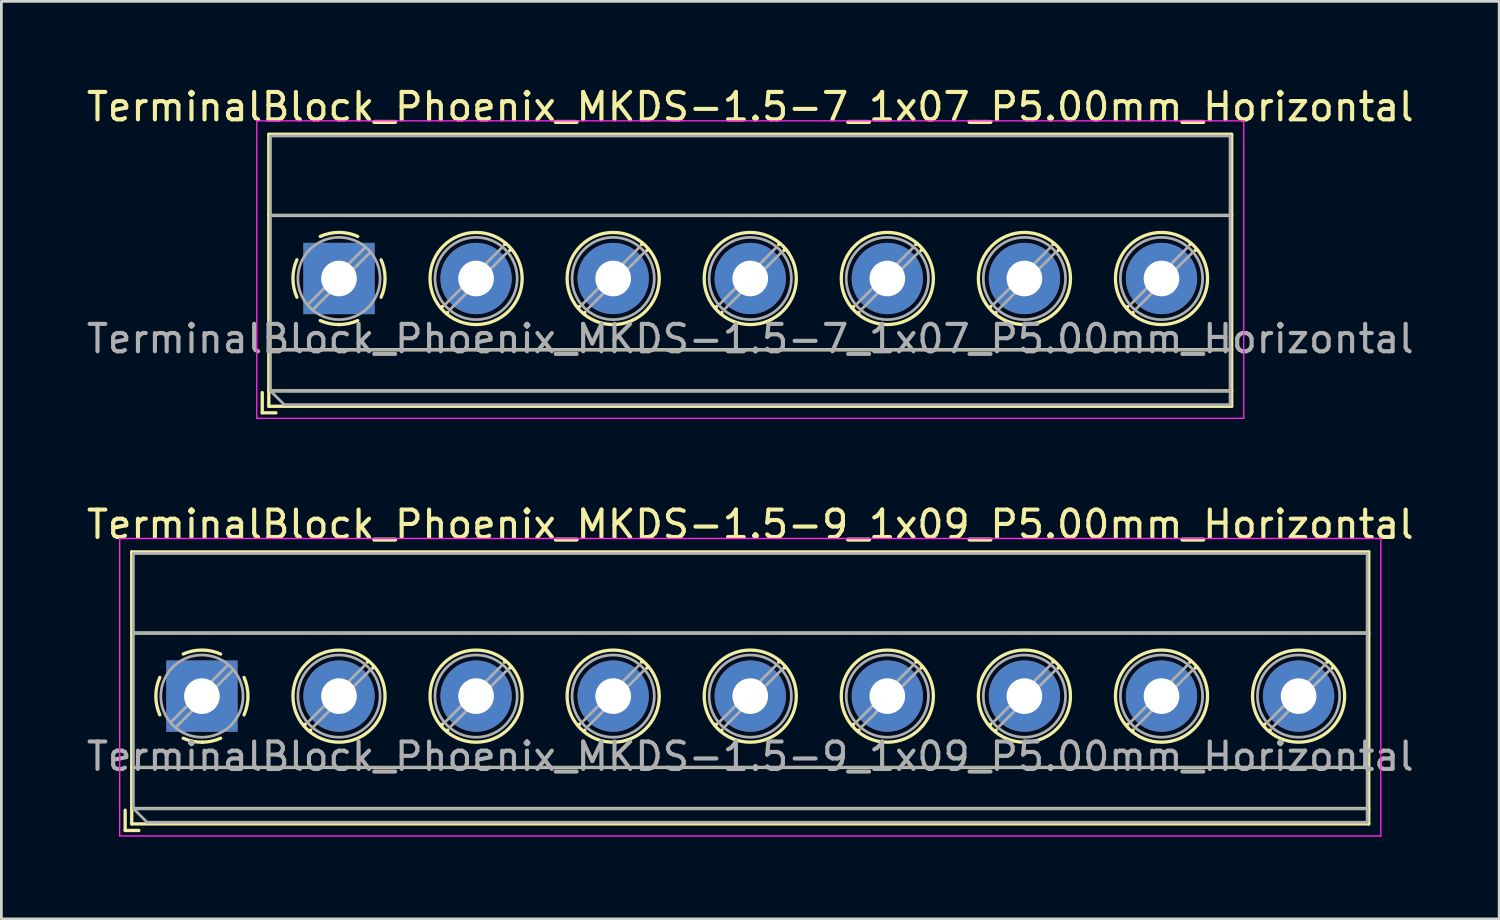
<source format=kicad_pcb>
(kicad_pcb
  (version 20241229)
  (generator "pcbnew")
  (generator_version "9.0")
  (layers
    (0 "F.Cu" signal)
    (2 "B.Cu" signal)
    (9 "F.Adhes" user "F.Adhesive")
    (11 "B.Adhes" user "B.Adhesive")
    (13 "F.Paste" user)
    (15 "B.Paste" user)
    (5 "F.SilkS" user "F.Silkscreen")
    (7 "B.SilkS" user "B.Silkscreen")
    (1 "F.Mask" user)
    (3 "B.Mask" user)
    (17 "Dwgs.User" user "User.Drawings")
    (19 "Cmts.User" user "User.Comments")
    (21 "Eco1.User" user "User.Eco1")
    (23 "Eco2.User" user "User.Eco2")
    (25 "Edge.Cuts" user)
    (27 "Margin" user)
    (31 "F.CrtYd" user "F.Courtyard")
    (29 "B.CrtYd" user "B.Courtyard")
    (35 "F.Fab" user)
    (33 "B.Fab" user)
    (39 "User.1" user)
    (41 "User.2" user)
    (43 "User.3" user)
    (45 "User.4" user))
  (footprint "TerminalBlock_Phoenix_MKDS-1.5-9_1x09_P5.00mm_Horizontal"
    (layer "F.Cu")
    (at 4.315 22.341)
    (property "Reference" "TerminalBlock_Phoenix_MKDS-1.5-9_1x09_P5.00mm_Horizontal" (at 20 -6.26 0) (layer "F.SilkS") (effects (font (size 1 1) (thickness 0.15))))
    (attr through_hole)
    (fp_line (start -2.8 4.16) (end -2.8 4.9) (stroke (width 0.12) (type solid)) (layer "F.SilkS"))
    (fp_line (start -2.8 4.9) (end -2.3 4.9) (stroke (width 0.12) (type solid)) (layer "F.SilkS"))
    (fp_line (start -2.56 -5.261) (end -2.56 4.66) (stroke (width 0.12) (type solid)) (layer "F.SilkS"))
    (fp_line (start -2.56 -5.261) (end 42.56 -5.261) (stroke (width 0.12) (type solid)) (layer "F.SilkS"))
    (fp_line (start -2.56 -2.301) (end 42.56 -2.301) (stroke (width 0.12) (type solid)) (layer "F.SilkS"))
    (fp_line (start -2.56 2.6) (end 42.56 2.6) (stroke (width 0.12) (type solid)) (layer "F.SilkS"))
    (fp_line (start -2.56 4.1) (end 42.56 4.1) (stroke (width 0.12) (type solid)) (layer "F.SilkS"))
    (fp_line (start -2.56 4.66) (end 42.56 4.66) (stroke (width 0.12) (type solid)) (layer "F.SilkS"))
    (fp_line (start 3.773 1.023) (end 3.726 1.069) (stroke (width 0.12) (type solid)) (layer "F.SilkS"))
    (fp_line (start 3.966 1.239) (end 3.931 1.274) (stroke (width 0.12) (type solid)) (layer "F.SilkS"))
    (fp_line (start 6.07 -1.275) (end 6.035 -1.239) (stroke (width 0.12) (type solid)) (layer "F.SilkS"))
    (fp_line (start 6.275 -1.069) (end 6.228 -1.023) (stroke (width 0.12) (type solid)) (layer "F.SilkS"))
    (fp_line (start 8.773 1.023) (end 8.726 1.069) (stroke (width 0.12) (type solid)) (layer "F.SilkS"))
    (fp_line (start 8.966 1.239) (end 8.931 1.274) (stroke (width 0.12) (type solid)) (layer "F.SilkS"))
    (fp_line (start 11.07 -1.275) (end 11.035 -1.239) (stroke (width 0.12) (type solid)) (layer "F.SilkS"))
    (fp_line (start 11.275 -1.069) (end 11.228 -1.023) (stroke (width 0.12) (type solid)) (layer "F.SilkS"))
    (fp_line (start 13.773 1.023) (end 13.726 1.069) (stroke (width 0.12) (type solid)) (layer "F.SilkS"))
    (fp_line (start 13.966 1.239) (end 13.931 1.274) (stroke (width 0.12) (type solid)) (layer "F.SilkS"))
    (fp_line (start 16.07 -1.275) (end 16.035 -1.239) (stroke (width 0.12) (type solid)) (layer "F.SilkS"))
    (fp_line (start 16.275 -1.069) (end 16.228 -1.023) (stroke (width 0.12) (type solid)) (layer "F.SilkS"))
    (fp_line (start 18.773 1.023) (end 18.726 1.069) (stroke (width 0.12) (type solid)) (layer "F.SilkS"))
    (fp_line (start 18.966 1.239) (end 18.931 1.274) (stroke (width 0.12) (type solid)) (layer "F.SilkS"))
    (fp_line (start 21.07 -1.275) (end 21.035 -1.239) (stroke (width 0.12) (type solid)) (layer "F.SilkS"))
    (fp_line (start 21.275 -1.069) (end 21.228 -1.023) (stroke (width 0.12) (type solid)) (layer "F.SilkS"))
    (fp_line (start 23.773 1.023) (end 23.726 1.069) (stroke (width 0.12) (type solid)) (layer "F.SilkS"))
    (fp_line (start 23.966 1.239) (end 23.931 1.274) (stroke (width 0.12) (type solid)) (layer "F.SilkS"))
    (fp_line (start 26.07 -1.275) (end 26.035 -1.239) (stroke (width 0.12) (type solid)) (layer "F.SilkS"))
    (fp_line (start 26.275 -1.069) (end 26.228 -1.023) (stroke (width 0.12) (type solid)) (layer "F.SilkS"))
    (fp_line (start 28.773 1.023) (end 28.726 1.069) (stroke (width 0.12) (type solid)) (layer "F.SilkS"))
    (fp_line (start 28.966 1.239) (end 28.931 1.274) (stroke (width 0.12) (type solid)) (layer "F.SilkS"))
    (fp_line (start 31.07 -1.275) (end 31.035 -1.239) (stroke (width 0.12) (type solid)) (layer "F.SilkS"))
    (fp_line (start 31.275 -1.069) (end 31.228 -1.023) (stroke (width 0.12) (type solid)) (layer "F.SilkS"))
    (fp_line (start 33.773 1.023) (end 33.726 1.069) (stroke (width 0.12) (type solid)) (layer "F.SilkS"))
    (fp_line (start 33.966 1.239) (end 33.931 1.274) (stroke (width 0.12) (type solid)) (layer "F.SilkS"))
    (fp_line (start 36.07 -1.275) (end 36.035 -1.239) (stroke (width 0.12) (type solid)) (layer "F.SilkS"))
    (fp_line (start 36.275 -1.069) (end 36.228 -1.023) (stroke (width 0.12) (type solid)) (layer "F.SilkS"))
    (fp_line (start 38.773 1.023) (end 38.726 1.069) (stroke (width 0.12) (type solid)) (layer "F.SilkS"))
    (fp_line (start 38.966 1.239) (end 38.931 1.274) (stroke (width 0.12) (type solid)) (layer "F.SilkS"))
    (fp_line (start 41.07 -1.275) (end 41.035 -1.239) (stroke (width 0.12) (type solid)) (layer "F.SilkS"))
    (fp_line (start 41.275 -1.069) (end 41.228 -1.023) (stroke (width 0.12) (type solid)) (layer "F.SilkS"))
    (fp_line (start 42.56 -5.261) (end 42.56 4.66) (stroke (width 0.12) (type solid)) (layer "F.SilkS"))
    (fp_arc (start -1.535427 0.683042) (mid -1.680501 -0.000524) (end -1.535 -0.684) (stroke (width 0.12) (type solid)) (layer "F.SilkS"))
    (fp_arc (start -0.683042 -1.535427) (mid 0.000524 -1.680501) (end 0.684 -1.535) (stroke (width 0.12) (type solid)) (layer "F.SilkS"))
    (fp_arc (start 0.028805 1.680253) (mid -0.335551 1.646659) (end -0.684 1.535) (stroke (width 0.12) (type solid)) (layer "F.SilkS"))
    (fp_arc (start 0.683318 1.534756) (mid 0.349292 1.643288) (end 0 1.68) (stroke (width 0.12) (type solid)) (layer "F.SilkS"))
    (fp_arc (start 1.535427 -0.683042) (mid 1.680501 0.000524) (end 1.535 0.684) (stroke (width 0.12) (type solid)) (layer "F.SilkS"))
    (fp_circle (center 5 0) (end 6.68 0) (stroke (width 0.12) (type solid)) (fill no) (layer "F.SilkS"))
    (fp_circle (center 10 0) (end 11.68 0) (stroke (width 0.12) (type solid)) (fill no) (layer "F.SilkS"))
    (fp_circle (center 15 0) (end 16.68 0) (stroke (width 0.12) (type solid)) (fill no) (layer "F.SilkS"))
    (fp_circle (center 20 0) (end 21.68 0) (stroke (width 0.12) (type solid)) (fill no) (layer "F.SilkS"))
    (fp_circle (center 25 0) (end 26.68 0) (stroke (width 0.12) (type solid)) (fill no) (layer "F.SilkS"))
    (fp_circle (center 30 0) (end 31.68 0) (stroke (width 0.12) (type solid)) (fill no) (layer "F.SilkS"))
    (fp_circle (center 35 0) (end 36.68 0) (stroke (width 0.12) (type solid)) (fill no) (layer "F.SilkS"))
    (fp_circle (center 40 0) (end 41.68 0) (stroke (width 0.12) (type solid)) (fill no) (layer "F.SilkS"))
    (fp_line (start -3 -5.75) (end -3 5.1) (stroke (width 0.05) (type solid)) (layer "F.CrtYd"))
    (fp_line (start -3 5.1) (end 43 5.1) (stroke (width 0.05) (type solid)) (layer "F.CrtYd"))
    (fp_line (start 43 -5.75) (end -3 -5.75) (stroke (width 0.05) (type solid)) (layer "F.CrtYd"))
    (fp_line (start 43 5.1) (end 43 -5.75) (stroke (width 0.05) (type solid)) (layer "F.CrtYd"))
    (fp_line (start -2.5 -5.2) (end 42.5 -5.2) (stroke (width 0.1) (type solid)) (layer "F.Fab"))
    (fp_line (start -2.5 -2.3) (end 42.5 -2.3) (stroke (width 0.1) (type solid)) (layer "F.Fab"))
    (fp_line (start -2.5 2.6) (end 42.5 2.6) (stroke (width 0.1) (type solid)) (layer "F.Fab"))
    (fp_line (start -2.5 4.1) (end -2.5 -5.2) (stroke (width 0.1) (type solid)) (layer "F.Fab"))
    (fp_line (start -2.5 4.1) (end 42.5 4.1) (stroke (width 0.1) (type solid)) (layer "F.Fab"))
    (fp_line (start -2 4.6) (end -2.5 4.1) (stroke (width 0.1) (type solid)) (layer "F.Fab"))
    (fp_line (start 0.955 -1.138) (end -1.138 0.955) (stroke (width 0.1) (type solid)) (layer "F.Fab"))
    (fp_line (start 1.138 -0.955) (end -0.955 1.138) (stroke (width 0.1) (type solid)) (layer "F.Fab"))
    (fp_line (start 5.955 -1.138) (end 3.863 0.955) (stroke (width 0.1) (type solid)) (layer "F.Fab"))
    (fp_line (start 6.138 -0.955) (end 4.046 1.138) (stroke (width 0.1) (type solid)) (layer "F.Fab"))
    (fp_line (start 10.955 -1.138) (end 8.863 0.955) (stroke (width 0.1) (type solid)) (layer "F.Fab"))
    (fp_line (start 11.138 -0.955) (end 9.046 1.138) (stroke (width 0.1) (type solid)) (layer "F.Fab"))
    (fp_line (start 15.955 -1.138) (end 13.863 0.955) (stroke (width 0.1) (type solid)) (layer "F.Fab"))
    (fp_line (start 16.138 -0.955) (end 14.046 1.138) (stroke (width 0.1) (type solid)) (layer "F.Fab"))
    (fp_line (start 20.955 -1.138) (end 18.863 0.955) (stroke (width 0.1) (type solid)) (layer "F.Fab"))
    (fp_line (start 21.138 -0.955) (end 19.046 1.138) (stroke (width 0.1) (type solid)) (layer "F.Fab"))
    (fp_line (start 25.955 -1.138) (end 23.863 0.955) (stroke (width 0.1) (type solid)) (layer "F.Fab"))
    (fp_line (start 26.138 -0.955) (end 24.046 1.138) (stroke (width 0.1) (type solid)) (layer "F.Fab"))
    (fp_line (start 30.955 -1.138) (end 28.863 0.955) (stroke (width 0.1) (type solid)) (layer "F.Fab"))
    (fp_line (start 31.138 -0.955) (end 29.046 1.138) (stroke (width 0.1) (type solid)) (layer "F.Fab"))
    (fp_line (start 35.955 -1.138) (end 33.863 0.955) (stroke (width 0.1) (type solid)) (layer "F.Fab"))
    (fp_line (start 36.138 -0.955) (end 34.046 1.138) (stroke (width 0.1) (type solid)) (layer "F.Fab"))
    (fp_line (start 40.955 -1.138) (end 38.863 0.955) (stroke (width 0.1) (type solid)) (layer "F.Fab"))
    (fp_line (start 41.138 -0.955) (end 39.046 1.138) (stroke (width 0.1) (type solid)) (layer "F.Fab"))
    (fp_line (start 42.5 -5.2) (end 42.5 4.6) (stroke (width 0.1) (type solid)) (layer "F.Fab"))
    (fp_line (start 42.5 4.6) (end -2 4.6) (stroke (width 0.1) (type solid)) (layer "F.Fab"))
    (fp_circle (center 0 0) (end 1.5 0) (stroke (width 0.1) (type solid)) (fill no) (layer "F.Fab"))
    (fp_circle (center 5 0) (end 6.5 0) (stroke (width 0.1) (type solid)) (fill no) (layer "F.Fab"))
    (fp_circle (center 10 0) (end 11.5 0) (stroke (width 0.1) (type solid)) (fill no) (layer "F.Fab"))
    (fp_circle (center 15 0) (end 16.5 0) (stroke (width 0.1) (type solid)) (fill no) (layer "F.Fab"))
    (fp_circle (center 20 0) (end 21.5 0) (stroke (width 0.1) (type solid)) (fill no) (layer "F.Fab"))
    (fp_circle (center 25 0) (end 26.5 0) (stroke (width 0.1) (type solid)) (fill no) (layer "F.Fab"))
    (fp_circle (center 30 0) (end 31.5 0) (stroke (width 0.1) (type solid)) (fill no) (layer "F.Fab"))
    (fp_circle (center 35 0) (end 36.5 0) (stroke (width 0.1) (type solid)) (fill no) (layer "F.Fab"))
    (fp_circle (center 40 0) (end 41.5 0) (stroke (width 0.1) (type solid)) (fill no) (layer "F.Fab"))
    (fp_text user "${REFERENCE}" (at 20 2.2 0) (layer "F.Fab") (effects (font (size 1 1) (thickness 0.15))))
    (pad "1" thru_hole rect (at 0 0) (size 2.6 2.6) (drill 1.3) (layers "*.Cu" "*.Mask"))
    (pad "2" thru_hole circle (at 5 0) (size 2.6 2.6) (drill 1.3) (layers "*.Cu" "*.Mask"))
    (pad "3" thru_hole circle (at 10 0) (size 2.6 2.6) (drill 1.3) (layers "*.Cu" "*.Mask"))
    (pad "4" thru_hole circle (at 15 0) (size 2.6 2.6) (drill 1.3) (layers "*.Cu" "*.Mask"))
    (pad "5" thru_hole circle (at 20 0) (size 2.6 2.6) (drill 1.3) (layers "*.Cu" "*.Mask"))
    (pad "6" thru_hole circle (at 25 0) (size 2.6 2.6) (drill 1.3) (layers "*.Cu" "*.Mask"))
    (pad "7" thru_hole circle (at 30 0) (size 2.6 2.6) (drill 1.3) (layers "*.Cu" "*.Mask"))
    (pad "8" thru_hole circle (at 35 0) (size 2.6 2.6) (drill 1.3) (layers "*.Cu" "*.Mask"))
    (pad "9" thru_hole circle (at 40 0) (size 2.6 2.6) (drill 1.3) (layers "*.Cu" "*.Mask")))
  (footprint "TerminalBlock_Phoenix_MKDS-1.5-7_1x07_P5.00mm_Horizontal"
    (layer "F.Cu")
    (at 9.315 7.108)
    (property "Reference" "TerminalBlock_Phoenix_MKDS-1.5-7_1x07_P5.00mm_Horizontal" (at 15 -6.26 0) (layer "F.SilkS") (effects (font (size 1 1) (thickness 0.15))))
    (attr through_hole)
    (fp_line (start -2.8 4.16) (end -2.8 4.9) (stroke (width 0.12) (type solid)) (layer "F.SilkS"))
    (fp_line (start -2.8 4.9) (end -2.3 4.9) (stroke (width 0.12) (type solid)) (layer "F.SilkS"))
    (fp_line (start -2.56 -5.261) (end -2.56 4.66) (stroke (width 0.12) (type solid)) (layer "F.SilkS"))
    (fp_line (start -2.56 -5.261) (end 32.56 -5.261) (stroke (width 0.12) (type solid)) (layer "F.SilkS"))
    (fp_line (start -2.56 -2.301) (end 32.56 -2.301) (stroke (width 0.12) (type solid)) (layer "F.SilkS"))
    (fp_line (start -2.56 2.6) (end 32.56 2.6) (stroke (width 0.12) (type solid)) (layer "F.SilkS"))
    (fp_line (start -2.56 4.1) (end 32.56 4.1) (stroke (width 0.12) (type solid)) (layer "F.SilkS"))
    (fp_line (start -2.56 4.66) (end 32.56 4.66) (stroke (width 0.12) (type solid)) (layer "F.SilkS"))
    (fp_line (start 3.773 1.023) (end 3.726 1.069) (stroke (width 0.12) (type solid)) (layer "F.SilkS"))
    (fp_line (start 3.966 1.239) (end 3.931 1.274) (stroke (width 0.12) (type solid)) (layer "F.SilkS"))
    (fp_line (start 6.07 -1.275) (end 6.035 -1.239) (stroke (width 0.12) (type solid)) (layer "F.SilkS"))
    (fp_line (start 6.275 -1.069) (end 6.228 -1.023) (stroke (width 0.12) (type solid)) (layer "F.SilkS"))
    (fp_line (start 8.773 1.023) (end 8.726 1.069) (stroke (width 0.12) (type solid)) (layer "F.SilkS"))
    (fp_line (start 8.966 1.239) (end 8.931 1.274) (stroke (width 0.12) (type solid)) (layer "F.SilkS"))
    (fp_line (start 11.07 -1.275) (end 11.035 -1.239) (stroke (width 0.12) (type solid)) (layer "F.SilkS"))
    (fp_line (start 11.275 -1.069) (end 11.228 -1.023) (stroke (width 0.12) (type solid)) (layer "F.SilkS"))
    (fp_line (start 13.773 1.023) (end 13.726 1.069) (stroke (width 0.12) (type solid)) (layer "F.SilkS"))
    (fp_line (start 13.966 1.239) (end 13.931 1.274) (stroke (width 0.12) (type solid)) (layer "F.SilkS"))
    (fp_line (start 16.07 -1.275) (end 16.035 -1.239) (stroke (width 0.12) (type solid)) (layer "F.SilkS"))
    (fp_line (start 16.275 -1.069) (end 16.228 -1.023) (stroke (width 0.12) (type solid)) (layer "F.SilkS"))
    (fp_line (start 18.773 1.023) (end 18.726 1.069) (stroke (width 0.12) (type solid)) (layer "F.SilkS"))
    (fp_line (start 18.966 1.239) (end 18.931 1.274) (stroke (width 0.12) (type solid)) (layer "F.SilkS"))
    (fp_line (start 21.07 -1.275) (end 21.035 -1.239) (stroke (width 0.12) (type solid)) (layer "F.SilkS"))
    (fp_line (start 21.275 -1.069) (end 21.228 -1.023) (stroke (width 0.12) (type solid)) (layer "F.SilkS"))
    (fp_line (start 23.773 1.023) (end 23.726 1.069) (stroke (width 0.12) (type solid)) (layer "F.SilkS"))
    (fp_line (start 23.966 1.239) (end 23.931 1.274) (stroke (width 0.12) (type solid)) (layer "F.SilkS"))
    (fp_line (start 26.07 -1.275) (end 26.035 -1.239) (stroke (width 0.12) (type solid)) (layer "F.SilkS"))
    (fp_line (start 26.275 -1.069) (end 26.228 -1.023) (stroke (width 0.12) (type solid)) (layer "F.SilkS"))
    (fp_line (start 28.773 1.023) (end 28.726 1.069) (stroke (width 0.12) (type solid)) (layer "F.SilkS"))
    (fp_line (start 28.966 1.239) (end 28.931 1.274) (stroke (width 0.12) (type solid)) (layer "F.SilkS"))
    (fp_line (start 31.07 -1.275) (end 31.035 -1.239) (stroke (width 0.12) (type solid)) (layer "F.SilkS"))
    (fp_line (start 31.275 -1.069) (end 31.228 -1.023) (stroke (width 0.12) (type solid)) (layer "F.SilkS"))
    (fp_line (start 32.56 -5.261) (end 32.56 4.66) (stroke (width 0.12) (type solid)) (layer "F.SilkS"))
    (fp_arc (start -1.535427 0.683042) (mid -1.680501 -0.000524) (end -1.535 -0.684) (stroke (width 0.12) (type solid)) (layer "F.SilkS"))
    (fp_arc (start -0.683042 -1.535427) (mid 0.000524 -1.680501) (end 0.684 -1.535) (stroke (width 0.12) (type solid)) (layer "F.SilkS"))
    (fp_arc (start 0.028805 1.680253) (mid -0.335551 1.646659) (end -0.684 1.535) (stroke (width 0.12) (type solid)) (layer "F.SilkS"))
    (fp_arc (start 0.683318 1.534756) (mid 0.349292 1.643288) (end 0 1.68) (stroke (width 0.12) (type solid)) (layer "F.SilkS"))
    (fp_arc (start 1.535427 -0.683042) (mid 1.680501 0.000524) (end 1.535 0.684) (stroke (width 0.12) (type solid)) (layer "F.SilkS"))
    (fp_circle (center 5 0) (end 6.68 0) (stroke (width 0.12) (type solid)) (fill no) (layer "F.SilkS"))
    (fp_circle (center 10 0) (end 11.68 0) (stroke (width 0.12) (type solid)) (fill no) (layer "F.SilkS"))
    (fp_circle (center 15 0) (end 16.68 0) (stroke (width 0.12) (type solid)) (fill no) (layer "F.SilkS"))
    (fp_circle (center 20 0) (end 21.68 0) (stroke (width 0.12) (type solid)) (fill no) (layer "F.SilkS"))
    (fp_circle (center 25 0) (end 26.68 0) (stroke (width 0.12) (type solid)) (fill no) (layer "F.SilkS"))
    (fp_circle (center 30 0) (end 31.68 0) (stroke (width 0.12) (type solid)) (fill no) (layer "F.SilkS"))
    (fp_line (start -3 -5.75) (end -3 5.1) (stroke (width 0.05) (type solid)) (layer "F.CrtYd"))
    (fp_line (start -3 5.1) (end 33 5.1) (stroke (width 0.05) (type solid)) (layer "F.CrtYd"))
    (fp_line (start 33 -5.75) (end -3 -5.75) (stroke (width 0.05) (type solid)) (layer "F.CrtYd"))
    (fp_line (start 33 5.1) (end 33 -5.75) (stroke (width 0.05) (type solid)) (layer "F.CrtYd"))
    (fp_line (start -2.5 -5.2) (end 32.5 -5.2) (stroke (width 0.1) (type solid)) (layer "F.Fab"))
    (fp_line (start -2.5 -2.3) (end 32.5 -2.3) (stroke (width 0.1) (type solid)) (layer "F.Fab"))
    (fp_line (start -2.5 2.6) (end 32.5 2.6) (stroke (width 0.1) (type solid)) (layer "F.Fab"))
    (fp_line (start -2.5 4.1) (end -2.5 -5.2) (stroke (width 0.1) (type solid)) (layer "F.Fab"))
    (fp_line (start -2.5 4.1) (end 32.5 4.1) (stroke (width 0.1) (type solid)) (layer "F.Fab"))
    (fp_line (start -2 4.6) (end -2.5 4.1) (stroke (width 0.1) (type solid)) (layer "F.Fab"))
    (fp_line (start 0.955 -1.138) (end -1.138 0.955) (stroke (width 0.1) (type solid)) (layer "F.Fab"))
    (fp_line (start 1.138 -0.955) (end -0.955 1.138) (stroke (width 0.1) (type solid)) (layer "F.Fab"))
    (fp_line (start 5.955 -1.138) (end 3.863 0.955) (stroke (width 0.1) (type solid)) (layer "F.Fab"))
    (fp_line (start 6.138 -0.955) (end 4.046 1.138) (stroke (width 0.1) (type solid)) (layer "F.Fab"))
    (fp_line (start 10.955 -1.138) (end 8.863 0.955) (stroke (width 0.1) (type solid)) (layer "F.Fab"))
    (fp_line (start 11.138 -0.955) (end 9.046 1.138) (stroke (width 0.1) (type solid)) (layer "F.Fab"))
    (fp_line (start 15.955 -1.138) (end 13.863 0.955) (stroke (width 0.1) (type solid)) (layer "F.Fab"))
    (fp_line (start 16.138 -0.955) (end 14.046 1.138) (stroke (width 0.1) (type solid)) (layer "F.Fab"))
    (fp_line (start 20.955 -1.138) (end 18.863 0.955) (stroke (width 0.1) (type solid)) (layer "F.Fab"))
    (fp_line (start 21.138 -0.955) (end 19.046 1.138) (stroke (width 0.1) (type solid)) (layer "F.Fab"))
    (fp_line (start 25.955 -1.138) (end 23.863 0.955) (stroke (width 0.1) (type solid)) (layer "F.Fab"))
    (fp_line (start 26.138 -0.955) (end 24.046 1.138) (stroke (width 0.1) (type solid)) (layer "F.Fab"))
    (fp_line (start 30.955 -1.138) (end 28.863 0.955) (stroke (width 0.1) (type solid)) (layer "F.Fab"))
    (fp_line (start 31.138 -0.955) (end 29.046 1.138) (stroke (width 0.1) (type solid)) (layer "F.Fab"))
    (fp_line (start 32.5 -5.2) (end 32.5 4.6) (stroke (width 0.1) (type solid)) (layer "F.Fab"))
    (fp_line (start 32.5 4.6) (end -2 4.6) (stroke (width 0.1) (type solid)) (layer "F.Fab"))
    (fp_circle (center 0 0) (end 1.5 0) (stroke (width 0.1) (type solid)) (fill no) (layer "F.Fab"))
    (fp_circle (center 5 0) (end 6.5 0) (stroke (width 0.1) (type solid)) (fill no) (layer "F.Fab"))
    (fp_circle (center 10 0) (end 11.5 0) (stroke (width 0.1) (type solid)) (fill no) (layer "F.Fab"))
    (fp_circle (center 15 0) (end 16.5 0) (stroke (width 0.1) (type solid)) (fill no) (layer "F.Fab"))
    (fp_circle (center 20 0) (end 21.5 0) (stroke (width 0.1) (type solid)) (fill no) (layer "F.Fab"))
    (fp_circle (center 25 0) (end 26.5 0) (stroke (width 0.1) (type solid)) (fill no) (layer "F.Fab"))
    (fp_circle (center 30 0) (end 31.5 0) (stroke (width 0.1) (type solid)) (fill no) (layer "F.Fab"))
    (fp_text user "${REFERENCE}" (at 15 2.2 0) (layer "F.Fab") (effects (font (size 1 1) (thickness 0.15))))
    (pad "1" thru_hole rect (at 0 0) (size 2.6 2.6) (drill 1.3) (layers "*.Cu" "*.Mask"))
    (pad "2" thru_hole circle (at 5 0) (size 2.6 2.6) (drill 1.3) (layers "*.Cu" "*.Mask"))
    (pad "3" thru_hole circle (at 10 0) (size 2.6 2.6) (drill 1.3) (layers "*.Cu" "*.Mask"))
    (pad "4" thru_hole circle (at 15 0) (size 2.6 2.6) (drill 1.3) (layers "*.Cu" "*.Mask"))
    (pad "5" thru_hole circle (at 20 0) (size 2.6 2.6) (drill 1.3) (layers "*.Cu" "*.Mask"))
    (pad "6" thru_hole circle (at 25 0) (size 2.6 2.6) (drill 1.3) (layers "*.Cu" "*.Mask"))
    (pad "7" thru_hole circle (at 30 0) (size 2.6 2.6) (drill 1.3) (layers "*.Cu" "*.Mask")))
  (gr_rect
    (start -3 -3)
    (end 51.631 30.466)
    (stroke (width 0.1) (type default))
    (fill no)
    (layer "Edge.Cuts")))
</source>
